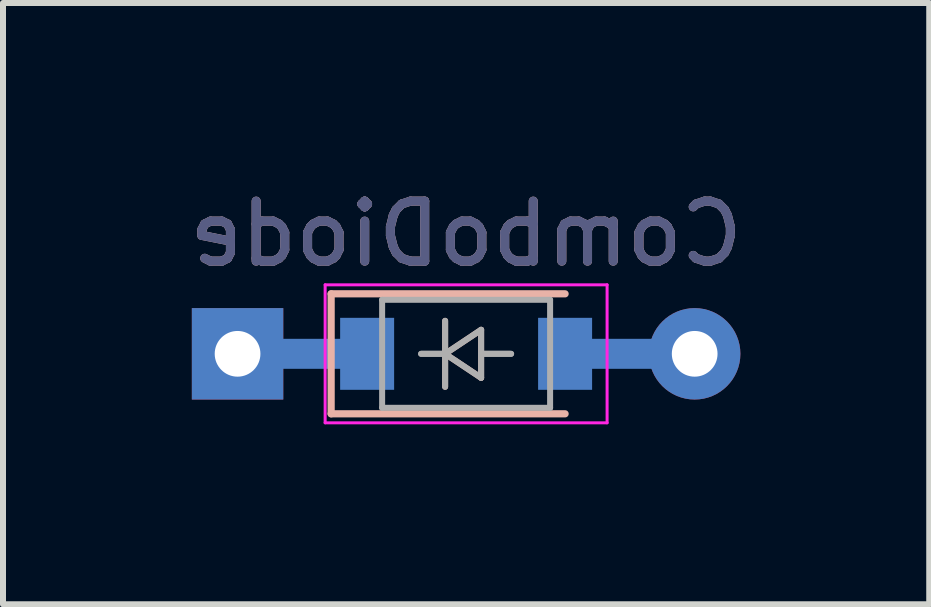
<source format=kicad_pcb>
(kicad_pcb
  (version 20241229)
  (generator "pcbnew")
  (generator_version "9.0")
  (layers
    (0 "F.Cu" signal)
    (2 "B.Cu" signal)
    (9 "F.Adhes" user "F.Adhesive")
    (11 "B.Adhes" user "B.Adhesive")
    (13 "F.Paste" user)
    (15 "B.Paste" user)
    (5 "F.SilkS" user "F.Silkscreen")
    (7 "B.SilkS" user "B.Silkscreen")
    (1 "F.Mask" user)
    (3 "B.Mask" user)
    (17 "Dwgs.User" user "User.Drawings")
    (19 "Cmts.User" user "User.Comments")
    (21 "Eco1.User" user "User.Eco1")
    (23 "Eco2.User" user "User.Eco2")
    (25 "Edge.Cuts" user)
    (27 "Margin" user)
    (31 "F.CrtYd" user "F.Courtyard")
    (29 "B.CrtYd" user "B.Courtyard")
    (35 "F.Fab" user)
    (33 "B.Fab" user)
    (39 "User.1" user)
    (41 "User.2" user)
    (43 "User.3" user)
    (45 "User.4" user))
  (footprint "ComboDiode"
    (layer "F.Cu")
    (at 4.72 2.848)
    (property "Reference" "ComboDiode" (at 0 -2 0) (layer "B.SilkS") (effects (font (size 1 1) (thickness 0.15)) (justify mirror)))
    (attr smd)
    (fp_line (start -2.25 -1) (end 1.65 -1) (stroke (width 0.12) (type solid)) (layer "B.SilkS"))
    (fp_line (start -2.25 1) (end -2.25 -1) (stroke (width 0.12) (type solid)) (layer "B.SilkS"))
    (fp_line (start -2.25 1) (end 1.65 1) (stroke (width 0.12) (type solid)) (layer "B.SilkS"))
    (fp_line (start -0.35 0) (end -0.35 -0.55) (stroke (width 0.1) (type solid)) (layer "B.SilkS"))
    (fp_line (start -0.35 0) (end -0.35 0.55) (stroke (width 0.1) (type solid)) (layer "B.SilkS"))
    (fp_line (start -0.35 0) (end 0.25 -0.4) (stroke (width 0.1) (type solid)) (layer "B.SilkS"))
    (fp_line (start -0.35 0) (end 0.25 0.4) (stroke (width 0.1) (type default)) (layer "B.SilkS"))
    (fp_line (start 0.25 -0.4) (end 0.25 0.4) (stroke (width 0.1) (type solid)) (layer "B.SilkS"))
    (fp_line (start -2.35 -1.15) (end -2.35 1.15) (stroke (width 0.05) (type solid)) (layer "F.CrtYd"))
    (fp_line (start -2.35 -1.15) (end 2.35 -1.15) (stroke (width 0.05) (type solid)) (layer "F.CrtYd"))
    (fp_line (start 2.35 -1.15) (end 2.35 1.15) (stroke (width 0.05) (type solid)) (layer "F.CrtYd"))
    (fp_line (start 2.35 1.15) (end -2.35 1.15) (stroke (width 0.05) (type solid)) (layer "F.CrtYd"))
    (fp_line (start -1.4 -0.9) (end 1.4 -0.9) (stroke (width 0.1) (type solid)) (layer "F.Fab"))
    (fp_line (start -1.4 0.9) (end -1.4 -0.9) (stroke (width 0.1) (type solid)) (layer "F.Fab"))
    (fp_line (start -0.75 0) (end -0.35 0) (stroke (width 0.1) (type solid)) (layer "F.Fab"))
    (fp_line (start -0.35 -0.55) (end -0.35 0.55) (stroke (width 0.1) (type default)) (layer "F.Fab"))
    (fp_line (start -0.35 0) (end -0.75 0) (stroke (width 0.1) (type default)) (layer "F.Fab"))
    (fp_line (start 0.25 -0.4) (end -0.35 0) (stroke (width 0.1) (type default)) (layer "F.Fab"))
    (fp_line (start 0.25 0) (end 0.75 0) (stroke (width 0.1) (type solid)) (layer "F.Fab"))
    (fp_line (start 0.25 0) (end 0.75 0) (stroke (width 0.1) (type default)) (layer "F.Fab"))
    (fp_line (start 0.25 0.4) (end -0.35 0) (stroke (width 0.1) (type solid)) (layer "F.Fab"))
    (fp_line (start 0.25 0.4) (end 0.25 -0.4) (stroke (width 0.1) (type default)) (layer "F.Fab"))
    (fp_line (start 1.4 -0.9) (end 1.4 0.9) (stroke (width 0.1) (type solid)) (layer "F.Fab"))
    (fp_line (start 1.4 0.9) (end -1.4 0.9) (stroke (width 0.1) (type solid)) (layer "F.Fab"))
    (fp_text user "${REFERENCE}" (at 0 -2 0) (layer "B.Fab") (effects (font (size 1 1) (thickness 0.15)) (justify mirror)))
    (pad "1" thru_hole rect (at -3.81 0) (size 1.524 1.524) (drill 0.762) (layers "*.Cu" "*.Mask"))
    (pad "1" connect rect (at -2.54 0) (size 1.524 0.5) (layers "B.Cu"))
    (pad "1" smd rect (at -1.65 0) (size 0.9 1.2) (layers "B.Cu" "B.Mask" "B.Paste"))
    (pad "2" smd rect (at 1.65 0) (size 0.9 1.2) (layers "B.Cu" "B.Mask" "B.Paste"))
    (pad "2" connect rect (at 2.54 0) (size 1.524 0.5) (layers "B.Cu"))
    (pad "2" thru_hole circle (at 3.81 0) (size 1.524 1.524) (drill 0.762) (layers "*.Cu" "*.Mask")))
  (gr_rect
    (start -3 -3)
    (end 12.44 7.023)
    (stroke (width 0.1) (type default))
    (fill no)
    (layer "Edge.Cuts")))
</source>
